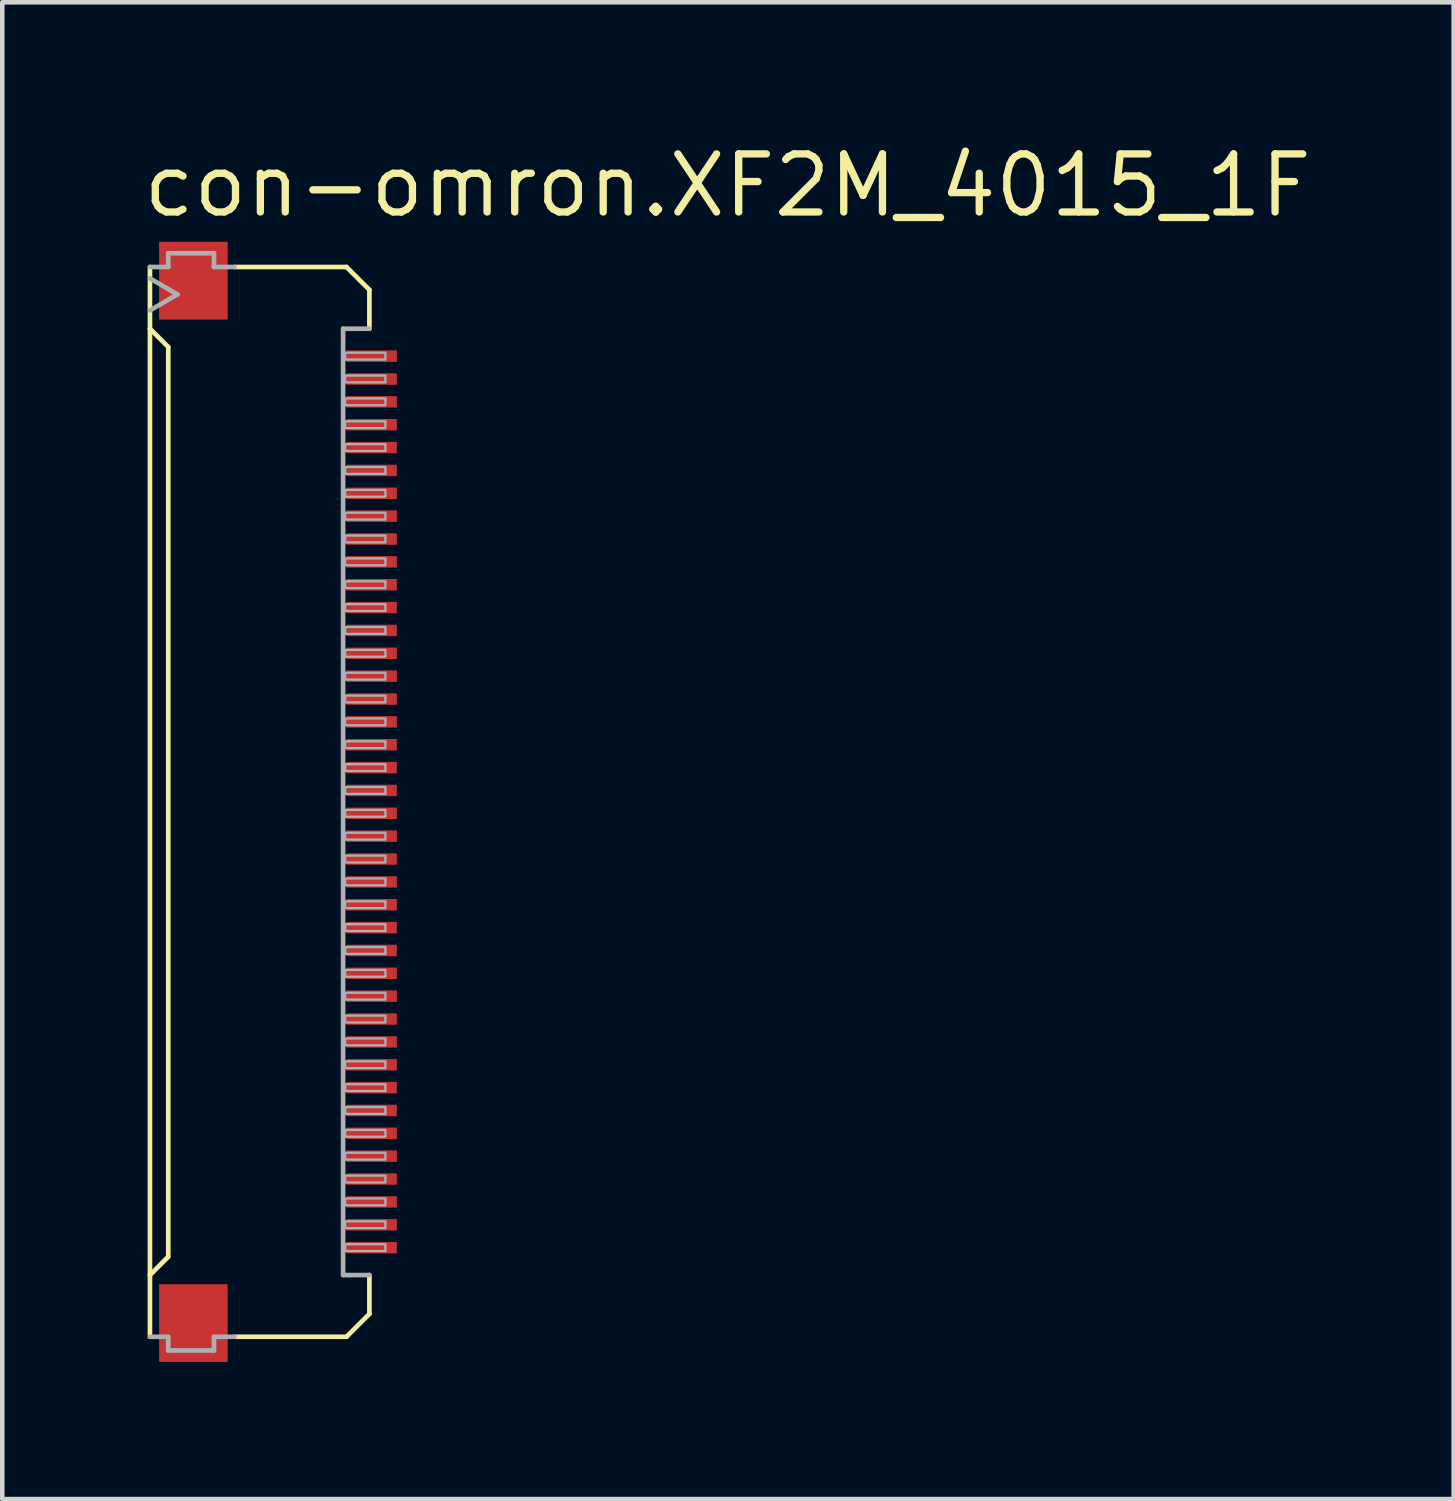
<source format=kicad_pcb>
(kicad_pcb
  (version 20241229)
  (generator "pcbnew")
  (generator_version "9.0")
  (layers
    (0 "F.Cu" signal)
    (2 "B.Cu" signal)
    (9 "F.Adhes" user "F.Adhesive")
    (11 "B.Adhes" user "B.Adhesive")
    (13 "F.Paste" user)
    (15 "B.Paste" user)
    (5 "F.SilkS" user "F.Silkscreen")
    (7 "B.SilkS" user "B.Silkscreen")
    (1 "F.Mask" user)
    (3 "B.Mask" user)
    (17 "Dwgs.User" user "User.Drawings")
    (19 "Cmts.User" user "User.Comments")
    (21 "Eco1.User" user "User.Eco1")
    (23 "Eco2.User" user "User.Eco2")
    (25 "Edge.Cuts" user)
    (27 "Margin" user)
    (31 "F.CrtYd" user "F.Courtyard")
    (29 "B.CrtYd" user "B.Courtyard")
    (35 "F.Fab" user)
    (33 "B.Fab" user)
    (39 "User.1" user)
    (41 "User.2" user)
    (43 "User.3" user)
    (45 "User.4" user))
  (footprint "con-omron.XF2M_4015_1F"
    (layer "F.Cu")
    (at 2.54 14.49)
    (property "Reference" "con-omron.XF2M_4015_1F" (at -2.54 -12.74 0) (layer "F.SilkS") (effects (font (size 1.27 1.27) (thickness 0.16)) (justify left bottom)))
    (attr smd)
    (fp_rect (start 1.965 -9.6) (end 3.115 -9.9) (stroke (width 0.05) (type default)) (fill yes) (layer "F.Mask"))
    (fp_rect (start 1.965 -9.1) (end 3.115 -9.4) (stroke (width 0.05) (type default)) (fill yes) (layer "F.Mask"))
    (fp_rect (start 1.965 -8.6) (end 3.115 -8.9) (stroke (width 0.05) (type default)) (fill yes) (layer "F.Mask"))
    (fp_rect (start 1.965 -8.1) (end 3.115 -8.4) (stroke (width 0.05) (type default)) (fill yes) (layer "F.Mask"))
    (fp_rect (start 1.965 -7.6) (end 3.115 -7.9) (stroke (width 0.05) (type default)) (fill yes) (layer "F.Mask"))
    (fp_rect (start 1.965 -7.1) (end 3.115 -7.4) (stroke (width 0.05) (type default)) (fill yes) (layer "F.Mask"))
    (fp_rect (start 1.965 -6.6) (end 3.115 -6.9) (stroke (width 0.05) (type default)) (fill yes) (layer "F.Mask"))
    (fp_rect (start 1.965 -6.1) (end 3.115 -6.4) (stroke (width 0.05) (type default)) (fill yes) (layer "F.Mask"))
    (fp_rect (start 1.965 -5.6) (end 3.115 -5.9) (stroke (width 0.05) (type default)) (fill yes) (layer "F.Mask"))
    (fp_rect (start 1.965 -5.1) (end 3.115 -5.4) (stroke (width 0.05) (type default)) (fill yes) (layer "F.Mask"))
    (fp_rect (start 1.965 -4.6) (end 3.115 -4.9) (stroke (width 0.05) (type default)) (fill yes) (layer "F.Mask"))
    (fp_rect (start 1.965 -4.1) (end 3.115 -4.4) (stroke (width 0.05) (type default)) (fill yes) (layer "F.Mask"))
    (fp_rect (start 1.965 -3.6) (end 3.115 -3.9) (stroke (width 0.05) (type default)) (fill yes) (layer "F.Mask"))
    (fp_rect (start 1.965 -3.1) (end 3.115 -3.4) (stroke (width 0.05) (type default)) (fill yes) (layer "F.Mask"))
    (fp_rect (start 1.965 -2.6) (end 3.115 -2.9) (stroke (width 0.05) (type default)) (fill yes) (layer "F.Mask"))
    (fp_rect (start 1.965 -2.1) (end 3.115 -2.4) (stroke (width 0.05) (type default)) (fill yes) (layer "F.Mask"))
    (fp_rect (start 1.965 -1.6) (end 3.115 -1.9) (stroke (width 0.05) (type default)) (fill yes) (layer "F.Mask"))
    (fp_rect (start 1.965 -1.1) (end 3.115 -1.4) (stroke (width 0.05) (type default)) (fill yes) (layer "F.Mask"))
    (fp_rect (start 1.965 -0.6) (end 3.115 -0.9) (stroke (width 0.05) (type default)) (fill yes) (layer "F.Mask"))
    (fp_rect (start 1.965 -0.1) (end 3.115 -0.4) (stroke (width 0.05) (type default)) (fill yes) (layer "F.Mask"))
    (fp_rect (start 1.965 0.4) (end 3.115 0.1) (stroke (width 0.05) (type default)) (fill yes) (layer "F.Mask"))
    (fp_rect (start 1.965 0.9) (end 3.115 0.6) (stroke (width 0.05) (type default)) (fill yes) (layer "F.Mask"))
    (fp_rect (start 1.965 1.4) (end 3.115 1.1) (stroke (width 0.05) (type default)) (fill yes) (layer "F.Mask"))
    (fp_rect (start 1.965 1.9) (end 3.115 1.6) (stroke (width 0.05) (type default)) (fill yes) (layer "F.Mask"))
    (fp_rect (start 1.965 2.4) (end 3.115 2.1) (stroke (width 0.05) (type default)) (fill yes) (layer "F.Mask"))
    (fp_rect (start 1.965 2.9) (end 3.115 2.6) (stroke (width 0.05) (type default)) (fill yes) (layer "F.Mask"))
    (fp_rect (start 1.965 3.4) (end 3.115 3.1) (stroke (width 0.05) (type default)) (fill yes) (layer "F.Mask"))
    (fp_rect (start 1.965 3.9) (end 3.115 3.6) (stroke (width 0.05) (type default)) (fill yes) (layer "F.Mask"))
    (fp_rect (start 1.965 4.4) (end 3.115 4.1) (stroke (width 0.05) (type default)) (fill yes) (layer "F.Mask"))
    (fp_rect (start 1.965 4.9) (end 3.115 4.6) (stroke (width 0.05) (type default)) (fill yes) (layer "F.Mask"))
    (fp_rect (start 1.965 5.4) (end 3.115 5.1) (stroke (width 0.05) (type default)) (fill yes) (layer "F.Mask"))
    (fp_rect (start 1.965 5.9) (end 3.115 5.6) (stroke (width 0.05) (type default)) (fill yes) (layer "F.Mask"))
    (fp_rect (start 1.965 6.4) (end 3.115 6.1) (stroke (width 0.05) (type default)) (fill yes) (layer "F.Mask"))
    (fp_rect (start 1.965 6.9) (end 3.115 6.6) (stroke (width 0.05) (type default)) (fill yes) (layer "F.Mask"))
    (fp_rect (start 1.965 7.4) (end 3.115 7.1) (stroke (width 0.05) (type default)) (fill yes) (layer "F.Mask"))
    (fp_rect (start 1.965 7.9) (end 3.115 7.6) (stroke (width 0.05) (type default)) (fill yes) (layer "F.Mask"))
    (fp_rect (start 1.965 8.4) (end 3.115 8.1) (stroke (width 0.05) (type default)) (fill yes) (layer "F.Mask"))
    (fp_rect (start 1.965 8.9) (end 3.115 8.6) (stroke (width 0.05) (type default)) (fill yes) (layer "F.Mask"))
    (fp_rect (start 1.965 9.4) (end 3.115 9.1) (stroke (width 0.05) (type default)) (fill yes) (layer "F.Mask"))
    (fp_rect (start 1.965 9.9) (end 3.115 9.6) (stroke (width 0.05) (type default)) (fill yes) (layer "F.Mask"))
    (fp_line (start -2.31 -10.35) (end -2.31 -11.7) (stroke (width 0.102) (type default)) (layer "F.SilkS"))
    (fp_line (start -2.31 -10.35) (end -2.31 10.35) (stroke (width 0.102) (type default)) (layer "F.SilkS"))
    (fp_line (start -2.31 10.35) (end -1.91 9.95) (stroke (width 0.102) (type default)) (layer "F.SilkS"))
    (fp_line (start -2.31 11.7) (end -2.31 10.35) (stroke (width 0.102) (type default)) (layer "F.SilkS"))
    (fp_line (start -1.91 -9.95) (end -2.31 -10.35) (stroke (width 0.102) (type default)) (layer "F.SilkS"))
    (fp_line (start -1.91 9.95) (end -1.91 -9.95) (stroke (width 0.102) (type default)) (layer "F.SilkS"))
    (fp_line (start 1.99 -11.7) (end -0.46 -11.7) (stroke (width 0.102) (type default)) (layer "F.SilkS"))
    (fp_line (start 1.99 11.7) (end -0.46 11.7) (stroke (width 0.102) (type default)) (layer "F.SilkS"))
    (fp_line (start 2.49 -11.2) (end 1.99 -11.7) (stroke (width 0.102) (type default)) (layer "F.SilkS"))
    (fp_line (start 2.49 -10.35) (end 2.49 -11.2) (stroke (width 0.102) (type default)) (layer "F.SilkS"))
    (fp_line (start 2.49 10.35) (end 2.49 11.2) (stroke (width 0.102) (type default)) (layer "F.SilkS"))
    (fp_line (start 2.49 11.2) (end 1.99 11.7) (stroke (width 0.102) (type default)) (layer "F.SilkS"))
    (fp_line (start -2.31 -11.7) (end -1.91 -11.7) (stroke (width 0.102) (type default)) (layer "F.Fab"))
    (fp_line (start -2.31 -11.45) (end -1.71 -11.1) (stroke (width 0.102) (type default)) (layer "F.Fab"))
    (fp_line (start -1.91 -12) (end -0.91 -12) (stroke (width 0.102) (type default)) (layer "F.Fab"))
    (fp_line (start -1.91 -11.7) (end -1.91 -12) (stroke (width 0.102) (type default)) (layer "F.Fab"))
    (fp_line (start -1.91 11.7) (end -2.31 11.7) (stroke (width 0.102) (type default)) (layer "F.Fab"))
    (fp_line (start -1.91 12) (end -1.91 11.7) (stroke (width 0.102) (type default)) (layer "F.Fab"))
    (fp_line (start -1.71 -11.1) (end -2.31 -10.75) (stroke (width 0.102) (type default)) (layer "F.Fab"))
    (fp_line (start -0.91 -12) (end -0.91 -11.7) (stroke (width 0.102) (type default)) (layer "F.Fab"))
    (fp_line (start -0.91 -11.7) (end -0.46 -11.7) (stroke (width 0.102) (type default)) (layer "F.Fab"))
    (fp_line (start -0.91 11.7) (end -0.91 12) (stroke (width 0.102) (type default)) (layer "F.Fab"))
    (fp_line (start -0.91 12) (end -1.91 12) (stroke (width 0.102) (type default)) (layer "F.Fab"))
    (fp_line (start -0.46 11.7) (end -0.91 11.7) (stroke (width 0.102) (type default)) (layer "F.Fab"))
    (fp_line (start 1.915 -10.35) (end 1.915 10.35) (stroke (width 0.102) (type default)) (layer "F.Fab"))
    (fp_line (start 1.915 10.35) (end 2.49 10.35) (stroke (width 0.102) (type default)) (layer "F.Fab"))
    (fp_line (start 2.49 -10.35) (end 1.915 -10.35) (stroke (width 0.102) (type default)) (layer "F.Fab"))
    (fp_rect (start 1.965 -9.675) (end 2.84 -9.825) (stroke (width 0.05) (type default)) (fill no) (layer "F.Fab"))
    (fp_rect (start 1.965 -9.175) (end 2.84 -9.325) (stroke (width 0.05) (type default)) (fill no) (layer "F.Fab"))
    (fp_rect (start 1.965 -8.675) (end 2.84 -8.825) (stroke (width 0.05) (type default)) (fill no) (layer "F.Fab"))
    (fp_rect (start 1.965 -8.175) (end 2.84 -8.325) (stroke (width 0.05) (type default)) (fill no) (layer "F.Fab"))
    (fp_rect (start 1.965 -7.675) (end 2.84 -7.825) (stroke (width 0.05) (type default)) (fill no) (layer "F.Fab"))
    (fp_rect (start 1.965 -7.175) (end 2.84 -7.325) (stroke (width 0.05) (type default)) (fill no) (layer "F.Fab"))
    (fp_rect (start 1.965 -6.675) (end 2.84 -6.825) (stroke (width 0.05) (type default)) (fill no) (layer "F.Fab"))
    (fp_rect (start 1.965 -6.175) (end 2.84 -6.325) (stroke (width 0.05) (type default)) (fill no) (layer "F.Fab"))
    (fp_rect (start 1.965 -5.675) (end 2.84 -5.825) (stroke (width 0.05) (type default)) (fill no) (layer "F.Fab"))
    (fp_rect (start 1.965 -5.175) (end 2.84 -5.325) (stroke (width 0.05) (type default)) (fill no) (layer "F.Fab"))
    (fp_rect (start 1.965 -4.675) (end 2.84 -4.825) (stroke (width 0.05) (type default)) (fill no) (layer "F.Fab"))
    (fp_rect (start 1.965 -4.175) (end 2.84 -4.325) (stroke (width 0.05) (type default)) (fill no) (layer "F.Fab"))
    (fp_rect (start 1.965 -3.675) (end 2.84 -3.825) (stroke (width 0.05) (type default)) (fill no) (layer "F.Fab"))
    (fp_rect (start 1.965 -3.175) (end 2.84 -3.325) (stroke (width 0.05) (type default)) (fill no) (layer "F.Fab"))
    (fp_rect (start 1.965 -2.675) (end 2.84 -2.825) (stroke (width 0.05) (type default)) (fill no) (layer "F.Fab"))
    (fp_rect (start 1.965 -2.175) (end 2.84 -2.325) (stroke (width 0.05) (type default)) (fill no) (layer "F.Fab"))
    (fp_rect (start 1.965 -1.675) (end 2.84 -1.825) (stroke (width 0.05) (type default)) (fill no) (layer "F.Fab"))
    (fp_rect (start 1.965 -1.175) (end 2.84 -1.325) (stroke (width 0.05) (type default)) (fill no) (layer "F.Fab"))
    (fp_rect (start 1.965 -0.675) (end 2.84 -0.825) (stroke (width 0.05) (type default)) (fill no) (layer "F.Fab"))
    (fp_rect (start 1.965 -0.175) (end 2.84 -0.325) (stroke (width 0.05) (type default)) (fill no) (layer "F.Fab"))
    (fp_rect (start 1.965 0.325) (end 2.84 0.175) (stroke (width 0.05) (type default)) (fill no) (layer "F.Fab"))
    (fp_rect (start 1.965 0.825) (end 2.84 0.675) (stroke (width 0.05) (type default)) (fill no) (layer "F.Fab"))
    (fp_rect (start 1.965 1.325) (end 2.84 1.175) (stroke (width 0.05) (type default)) (fill no) (layer "F.Fab"))
    (fp_rect (start 1.965 1.825) (end 2.84 1.675) (stroke (width 0.05) (type default)) (fill no) (layer "F.Fab"))
    (fp_rect (start 1.965 2.325) (end 2.84 2.175) (stroke (width 0.05) (type default)) (fill no) (layer "F.Fab"))
    (fp_rect (start 1.965 2.825) (end 2.84 2.675) (stroke (width 0.05) (type default)) (fill no) (layer "F.Fab"))
    (fp_rect (start 1.965 3.325) (end 2.84 3.175) (stroke (width 0.05) (type default)) (fill no) (layer "F.Fab"))
    (fp_rect (start 1.965 3.825) (end 2.84 3.675) (stroke (width 0.05) (type default)) (fill no) (layer "F.Fab"))
    (fp_rect (start 1.965 4.325) (end 2.84 4.175) (stroke (width 0.05) (type default)) (fill no) (layer "F.Fab"))
    (fp_rect (start 1.965 4.825) (end 2.84 4.675) (stroke (width 0.05) (type default)) (fill no) (layer "F.Fab"))
    (fp_rect (start 1.965 5.325) (end 2.84 5.175) (stroke (width 0.05) (type default)) (fill no) (layer "F.Fab"))
    (fp_rect (start 1.965 5.825) (end 2.84 5.675) (stroke (width 0.05) (type default)) (fill no) (layer "F.Fab"))
    (fp_rect (start 1.965 6.325) (end 2.84 6.175) (stroke (width 0.05) (type default)) (fill no) (layer "F.Fab"))
    (fp_rect (start 1.965 6.825) (end 2.84 6.675) (stroke (width 0.05) (type default)) (fill no) (layer "F.Fab"))
    (fp_rect (start 1.965 7.325) (end 2.84 7.175) (stroke (width 0.05) (type default)) (fill no) (layer "F.Fab"))
    (fp_rect (start 1.965 7.825) (end 2.84 7.675) (stroke (width 0.05) (type default)) (fill no) (layer "F.Fab"))
    (fp_rect (start 1.965 8.325) (end 2.84 8.175) (stroke (width 0.05) (type default)) (fill no) (layer "F.Fab"))
    (fp_rect (start 1.965 8.825) (end 2.84 8.675) (stroke (width 0.05) (type default)) (fill no) (layer "F.Fab"))
    (fp_rect (start 1.965 9.325) (end 2.84 9.175) (stroke (width 0.05) (type default)) (fill no) (layer "F.Fab"))
    (fp_rect (start 1.965 9.825) (end 2.84 9.675) (stroke (width 0.05) (type default)) (fill no) (layer "F.Fab"))
    (pad "1" smd roundrect (at 2.54 -9.75) (size 1.1 0.25) (layers "F.Cu" "F.Mask" "F.Paste") (roundrect_rratio 0.01))
    (pad "2" smd roundrect (at 2.54 -9.25) (size 1.1 0.25) (layers "F.Cu" "F.Mask" "F.Paste") (roundrect_rratio 0.01))
    (pad "3" smd roundrect (at 2.54 -8.75) (size 1.1 0.25) (layers "F.Cu" "F.Mask" "F.Paste") (roundrect_rratio 0.01))
    (pad "4" smd roundrect (at 2.54 -8.25) (size 1.1 0.25) (layers "F.Cu" "F.Mask" "F.Paste") (roundrect_rratio 0.01))
    (pad "5" smd roundrect (at 2.54 -7.75) (size 1.1 0.25) (layers "F.Cu" "F.Mask" "F.Paste") (roundrect_rratio 0.01))
    (pad "6" smd roundrect (at 2.54 -7.25) (size 1.1 0.25) (layers "F.Cu" "F.Mask" "F.Paste") (roundrect_rratio 0.01))
    (pad "7" smd roundrect (at 2.54 -6.75) (size 1.1 0.25) (layers "F.Cu" "F.Mask" "F.Paste") (roundrect_rratio 0.01))
    (pad "8" smd roundrect (at 2.54 -6.25) (size 1.1 0.25) (layers "F.Cu" "F.Mask" "F.Paste") (roundrect_rratio 0.01))
    (pad "9" smd roundrect (at 2.54 -5.75) (size 1.1 0.25) (layers "F.Cu" "F.Mask" "F.Paste") (roundrect_rratio 0.01))
    (pad "10" smd roundrect (at 2.54 -5.25) (size 1.1 0.25) (layers "F.Cu" "F.Mask" "F.Paste") (roundrect_rratio 0.01))
    (pad "11" smd roundrect (at 2.54 -4.75) (size 1.1 0.25) (layers "F.Cu" "F.Mask" "F.Paste") (roundrect_rratio 0.01))
    (pad "12" smd roundrect (at 2.54 -4.25) (size 1.1 0.25) (layers "F.Cu" "F.Mask" "F.Paste") (roundrect_rratio 0.01))
    (pad "13" smd roundrect (at 2.54 -3.75) (size 1.1 0.25) (layers "F.Cu" "F.Mask" "F.Paste") (roundrect_rratio 0.01))
    (pad "14" smd roundrect (at 2.54 -3.25) (size 1.1 0.25) (layers "F.Cu" "F.Mask" "F.Paste") (roundrect_rratio 0.01))
    (pad "15" smd roundrect (at 2.54 -2.75) (size 1.1 0.25) (layers "F.Cu" "F.Mask" "F.Paste") (roundrect_rratio 0.01))
    (pad "16" smd roundrect (at 2.54 -2.25) (size 1.1 0.25) (layers "F.Cu" "F.Mask" "F.Paste") (roundrect_rratio 0.01))
    (pad "17" smd roundrect (at 2.54 -1.75) (size 1.1 0.25) (layers "F.Cu" "F.Mask" "F.Paste") (roundrect_rratio 0.01))
    (pad "18" smd roundrect (at 2.54 -1.25) (size 1.1 0.25) (layers "F.Cu" "F.Mask" "F.Paste") (roundrect_rratio 0.01))
    (pad "19" smd roundrect (at 2.54 -0.75) (size 1.1 0.25) (layers "F.Cu" "F.Mask" "F.Paste") (roundrect_rratio 0.01))
    (pad "20" smd roundrect (at 2.54 -0.25) (size 1.1 0.25) (layers "F.Cu" "F.Mask" "F.Paste") (roundrect_rratio 0.01))
    (pad "21" smd roundrect (at 2.54 0.25) (size 1.1 0.25) (layers "F.Cu" "F.Mask" "F.Paste") (roundrect_rratio 0.01))
    (pad "22" smd roundrect (at 2.54 0.75) (size 1.1 0.25) (layers "F.Cu" "F.Mask" "F.Paste") (roundrect_rratio 0.01))
    (pad "23" smd roundrect (at 2.54 1.25) (size 1.1 0.25) (layers "F.Cu" "F.Mask" "F.Paste") (roundrect_rratio 0.01))
    (pad "24" smd roundrect (at 2.54 1.75) (size 1.1 0.25) (layers "F.Cu" "F.Mask" "F.Paste") (roundrect_rratio 0.01))
    (pad "25" smd roundrect (at 2.54 2.25) (size 1.1 0.25) (layers "F.Cu" "F.Mask" "F.Paste") (roundrect_rratio 0.01))
    (pad "26" smd roundrect (at 2.54 2.75) (size 1.1 0.25) (layers "F.Cu" "F.Mask" "F.Paste") (roundrect_rratio 0.01))
    (pad "27" smd roundrect (at 2.54 3.25) (size 1.1 0.25) (layers "F.Cu" "F.Mask" "F.Paste") (roundrect_rratio 0.01))
    (pad "28" smd roundrect (at 2.54 3.75) (size 1.1 0.25) (layers "F.Cu" "F.Mask" "F.Paste") (roundrect_rratio 0.01))
    (pad "29" smd roundrect (at 2.54 4.25) (size 1.1 0.25) (layers "F.Cu" "F.Mask" "F.Paste") (roundrect_rratio 0.01))
    (pad "30" smd roundrect (at 2.54 4.75) (size 1.1 0.25) (layers "F.Cu" "F.Mask" "F.Paste") (roundrect_rratio 0.01))
    (pad "31" smd roundrect (at 2.54 5.25) (size 1.1 0.25) (layers "F.Cu" "F.Mask" "F.Paste") (roundrect_rratio 0.01))
    (pad "32" smd roundrect (at 2.54 5.75) (size 1.1 0.25) (layers "F.Cu" "F.Mask" "F.Paste") (roundrect_rratio 0.01))
    (pad "33" smd roundrect (at 2.54 6.25) (size 1.1 0.25) (layers "F.Cu" "F.Mask" "F.Paste") (roundrect_rratio 0.01))
    (pad "34" smd roundrect (at 2.54 6.75) (size 1.1 0.25) (layers "F.Cu" "F.Mask" "F.Paste") (roundrect_rratio 0.01))
    (pad "35" smd roundrect (at 2.54 7.25) (size 1.1 0.25) (layers "F.Cu" "F.Mask" "F.Paste") (roundrect_rratio 0.01))
    (pad "36" smd roundrect (at 2.54 7.75) (size 1.1 0.25) (layers "F.Cu" "F.Mask" "F.Paste") (roundrect_rratio 0.01))
    (pad "37" smd roundrect (at 2.54 8.25) (size 1.1 0.25) (layers "F.Cu" "F.Mask" "F.Paste") (roundrect_rratio 0.01))
    (pad "38" smd roundrect (at 2.54 8.75) (size 1.1 0.25) (layers "F.Cu" "F.Mask" "F.Paste") (roundrect_rratio 0.01))
    (pad "39" smd roundrect (at 2.54 9.25) (size 1.1 0.25) (layers "F.Cu" "F.Mask" "F.Paste") (roundrect_rratio 0.01))
    (pad "40" smd roundrect (at 2.54 9.75) (size 1.1 0.25) (layers "F.Cu" "F.Mask" "F.Paste") (roundrect_rratio 0.01))
    (pad "M1" smd roundrect (at -1.36 -11.4) (size 1.5 1.7) (layers "F.Cu" "F.Mask" "F.Paste") (roundrect_rratio 0.01))
    (pad "M2" smd roundrect (at -1.36 11.4) (size 1.5 1.7) (layers "F.Cu" "F.Mask" "F.Paste") (roundrect_rratio 0.01)))
  (gr_rect
    (start -3 -3)
    (end 28.747 29.74)
    (stroke (width 0.1) (type default))
    (fill no)
    (layer "Edge.Cuts")))
</source>
